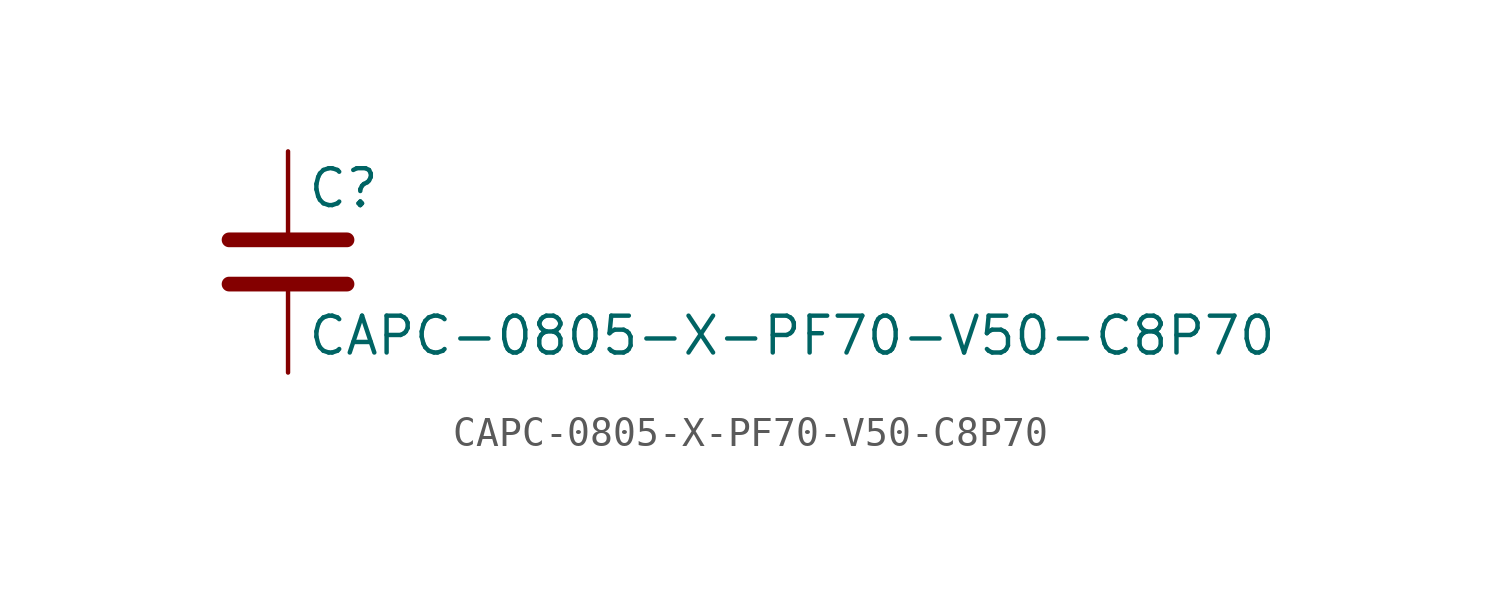
<source format=kicad_sym>
(kicad_symbol_lib
  (version 20211014)
  (generator kicad_symbol_editor)
  (symbol "CAPC-0805-X-PF70-V50-C8P70"
    (pin_numbers hide)
    (pin_names
      (offset 0.254))
    (property "Reference" "C"
      (at 0.635 2.54 0)
      (effects (font (size 1.27 1.27)) (justify left)))
    (property "Value" "CAPC-0805-X-PF70-V50-C8P70"
      (at 0.635 -2.54 0)
      (effects (font (size 1.27 1.27)) (justify left)))
    (symbol "CAPC-0805-X-PF70-V50-C8P70_0_1"
      (polyline (pts (xy -2.032 -0.762) (xy 2.032 -0.762)) (stroke (width 0.508) (type default) (color 0 0 0 0)) (fill (type none)))
      (polyline (pts (xy -2.032 0.762) (xy 2.032 0.762)) (stroke (width 0.508) (type default) (color 0 0 0 0)) (fill (type none))))
    (symbol "CAPC-0805-X-PF70-V50-C8P70_1_1"
      (pin passive line (at 0 3.81 270) (length 2.794) (name "~" (effects (font (size 1.27 1.27)))) (number "1" (effects (font (size 1.27 1.27)))))
      (pin passive line (at 0 -3.81 90) (length 2.794) (name "~" (effects (font (size 1.27 1.27)))) (number "2" (effects (font (size 1.27 1.27))))))))
</source>
